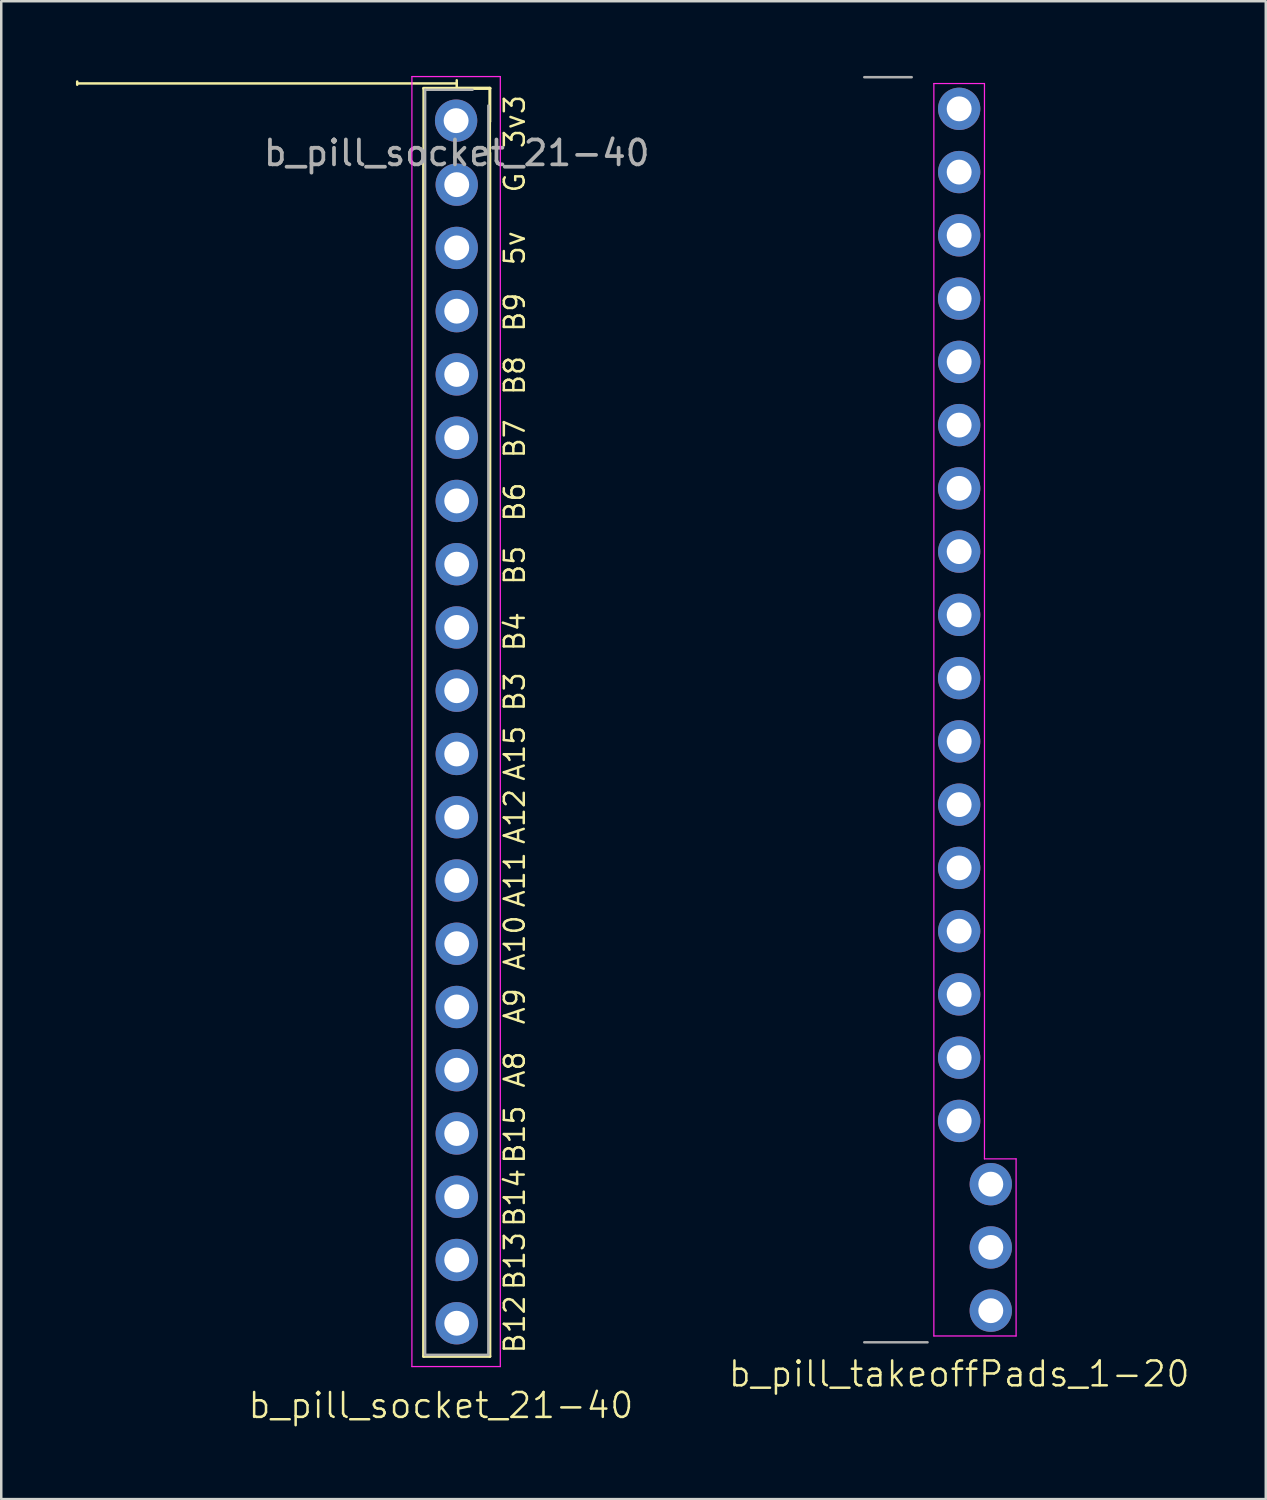
<source format=kicad_pcb>
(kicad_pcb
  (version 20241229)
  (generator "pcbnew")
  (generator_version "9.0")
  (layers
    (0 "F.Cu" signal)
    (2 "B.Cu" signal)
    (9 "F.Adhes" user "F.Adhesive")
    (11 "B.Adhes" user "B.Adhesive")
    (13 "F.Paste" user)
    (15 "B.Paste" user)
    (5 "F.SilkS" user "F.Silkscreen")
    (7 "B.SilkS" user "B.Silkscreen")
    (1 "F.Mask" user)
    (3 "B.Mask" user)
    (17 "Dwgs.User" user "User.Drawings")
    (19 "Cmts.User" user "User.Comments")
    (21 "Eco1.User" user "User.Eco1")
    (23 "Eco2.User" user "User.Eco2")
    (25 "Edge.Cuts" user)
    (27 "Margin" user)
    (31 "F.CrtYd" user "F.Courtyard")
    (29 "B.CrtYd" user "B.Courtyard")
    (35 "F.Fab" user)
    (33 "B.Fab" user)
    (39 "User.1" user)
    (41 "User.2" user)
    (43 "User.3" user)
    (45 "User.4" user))
  (footprint "b_pill_socket_21-40"
    (layer "F.Cu")
    (at 15.29 25.955)
    (property "Reference" "b_pill_socket_21-40" (at -0.635 27.432 0) (unlocked yes) (layer "F.SilkS") (effects (font (size 1 1) (thickness 0.1))))
    (attr through_hole)
    (fp_line (start -15.24 -25.73) (end -15.24 -25.603) (stroke (width 0.1) (type default)) (layer "F.SilkS"))
    (fp_line (start -1.33 -25.46) (end -1.33 -22.86) (stroke (width 0.1) (type default)) (layer "F.SilkS"))
    (fp_line (start -1.33 -25.46) (end 1.33 -25.46) (stroke (width 0.12) (type solid)) (layer "F.SilkS"))
    (fp_line (start -1.33 -22.86) (end -1.33 25.46) (stroke (width 0.12) (type solid)) (layer "F.SilkS"))
    (fp_line (start -1.33 25.46) (end 1.33 25.46) (stroke (width 0.12) (type solid)) (layer "F.SilkS"))
    (fp_line (start 0 -25.781) (end 0 -25.527) (stroke (width 0.1) (type default)) (layer "F.SilkS"))
    (fp_line (start 0 -25.654) (end -15.24 -25.654) (stroke (width 0.1) (type default)) (layer "F.SilkS"))
    (fp_line (start 0 -25.46) (end 1.33 -25.46) (stroke (width 0.12) (type solid)) (layer "F.SilkS"))
    (fp_line (start 1.33 -25.46) (end 1.33 -24.13) (stroke (width 0.12) (type solid)) (layer "F.SilkS"))
    (fp_line (start 1.33 -24.13) (end 1.33 -22.86) (stroke (width 0.1) (type default)) (layer "F.SilkS"))
    (fp_line (start 1.33 -22.86) (end 1.33 25.46) (stroke (width 0.12) (type solid)) (layer "F.SilkS"))
    (fp_line (start -1.8 -25.93) (end 1.75 -25.93) (stroke (width 0.05) (type solid)) (layer "F.CrtYd"))
    (fp_line (start -1.8 25.87) (end -1.8 -25.93) (stroke (width 0.05) (type solid)) (layer "F.CrtYd"))
    (fp_line (start 1.75 -25.93) (end 1.75 25.87) (stroke (width 0.05) (type solid)) (layer "F.CrtYd"))
    (fp_line (start 1.75 25.87) (end -1.8 25.87) (stroke (width 0.05) (type solid)) (layer "F.CrtYd"))
    (fp_line (start -1.27 -25.4) (end 0.635 -25.4) (stroke (width 0.1) (type solid)) (layer "F.Fab"))
    (fp_line (start -1.27 25.4) (end -1.27 -25.4) (stroke (width 0.1) (type solid)) (layer "F.Fab"))
    (fp_line (start 1.27 -24.765) (end 1.27 25.4) (stroke (width 0.1) (type solid)) (layer "F.Fab"))
    (fp_line (start 1.27 25.4) (end -1.27 25.4) (stroke (width 0.1) (type solid)) (layer "F.Fab"))
    (fp_text user "B14" (at 2.794 20.32 90) (unlocked yes) (layer "F.SilkS") (effects (font (size 0.8 0.8) (thickness 0.1)) (justify left bottom)))
    (fp_text user "B9" (at 2.794 -15.621 90) (unlocked yes) (layer "F.SilkS") (effects (font (size 0.8 0.8) (thickness 0.1)) (justify left bottom)))
    (fp_text user "B15" (at 2.794 17.78 90) (unlocked yes) (layer "F.SilkS") (effects (font (size 0.8 0.8) (thickness 0.1)) (justify left bottom)))
    (fp_text user "A10" (at 2.794 10.033 90) (unlocked yes) (layer "F.SilkS") (effects (font (size 0.8 0.8) (thickness 0.1)) (justify left bottom)))
    (fp_text user "A11" (at 2.794 7.493 90) (unlocked yes) (layer "F.SilkS") (effects (font (size 0.8 0.8) (thickness 0.1)) (justify left bottom)))
    (fp_text user "B13" (at 2.794 22.86 90) (unlocked yes) (layer "F.SilkS") (effects (font (size 0.8 0.8) (thickness 0.1)) (justify left bottom)))
    (fp_text user "B12" (at 2.794 25.4 90) (unlocked yes) (layer "F.SilkS") (effects (font (size 0.8 0.8) (thickness 0.1)) (justify left bottom)))
    (fp_text user "A9" (at 2.794 12.192 90) (unlocked yes) (layer "F.SilkS") (effects (font (size 0.8 0.8) (thickness 0.1)) (justify left bottom)))
    (fp_text user "A12" (at 2.794 4.953 90) (unlocked yes) (layer "F.SilkS") (effects (font (size 0.8 0.8) (thickness 0.1)) (justify left bottom)))
    (fp_text user "B4" (at 2.794 -2.794 90) (unlocked yes) (layer "F.SilkS") (effects (font (size 0.8 0.8) (thickness 0.1)) (justify left bottom)))
    (fp_text user "5v" (at 2.794 -18.288 90) (unlocked yes) (layer "F.SilkS") (effects (font (size 0.8 0.8) (thickness 0.1)) (justify left bottom)))
    (fp_text user "A8" (at 2.794 14.732 90) (unlocked yes) (layer "F.SilkS") (effects (font (size 0.8 0.8) (thickness 0.1)) (justify left bottom)))
    (fp_text user "G" (at 2.794 -21.209 90) (unlocked yes) (layer "F.SilkS") (effects (font (size 0.8 0.8) (thickness 0.1)) (justify left bottom)))
    (fp_text user "B8" (at 2.794 -13.081 90) (unlocked yes) (layer "F.SilkS") (effects (font (size 0.8 0.8) (thickness 0.1)) (justify left bottom)))
    (fp_text user "B6" (at 2.794 -8.001 90) (unlocked yes) (layer "F.SilkS") (effects (font (size 0.8 0.8) (thickness 0.1)) (justify left bottom)))
    (fp_text user "3v3" (at 2.794 -22.987 90) (unlocked yes) (layer "F.SilkS") (effects (font (size 0.8 0.8) (thickness 0.1)) (justify left bottom)))
    (fp_text user "B7" (at 2.794 -10.541 90) (unlocked yes) (layer "F.SilkS") (effects (font (size 0.8 0.8) (thickness 0.1)) (justify left bottom)))
    (fp_text user "B3" (at 2.794 -0.381 90) (unlocked yes) (layer "F.SilkS") (effects (font (size 0.8 0.8) (thickness 0.1)) (justify left bottom)))
    (fp_text user "B5" (at 2.794 -5.461 90) (unlocked yes) (layer "F.SilkS") (effects (font (size 0.8 0.8) (thickness 0.1)) (justify left bottom)))
    (fp_text user "A15" (at 2.794 2.413 90) (unlocked yes) (layer "F.SilkS") (effects (font (size 0.8 0.8) (thickness 0.1)) (justify left bottom)))
    (fp_text user "${REFERENCE}" (at 0 -22.86 0) (unlocked yes) (layer "F.Fab") (effects (font (size 1 1) (thickness 0.15))))
    (pad "21" thru_hole oval (at 0 24.13) (size 1.7 1.7) (drill 1) (layers "*.Cu" "*.Mask"))
    (pad "22" thru_hole oval (at 0 21.59) (size 1.7 1.7) (drill 1) (layers "*.Cu" "*.Mask"))
    (pad "23" thru_hole oval (at 0 19.05) (size 1.7 1.7) (drill 1) (layers "*.Cu" "*.Mask"))
    (pad "24" thru_hole oval (at 0 16.51) (size 1.7 1.7) (drill 1) (layers "*.Cu" "*.Mask"))
    (pad "25" thru_hole oval (at 0 13.97) (size 1.7 1.7) (drill 1) (layers "*.Cu" "*.Mask"))
    (pad "26" thru_hole oval (at 0 11.43) (size 1.7 1.7) (drill 1) (layers "*.Cu" "*.Mask"))
    (pad "27" thru_hole oval (at 0 8.89) (size 1.7 1.7) (drill 1) (layers "*.Cu" "*.Mask"))
    (pad "28" thru_hole oval (at 0 6.35) (size 1.7 1.7) (drill 1) (layers "*.Cu" "*.Mask"))
    (pad "29" thru_hole oval (at 0 3.81) (size 1.7 1.7) (drill 1) (layers "*.Cu" "*.Mask"))
    (pad "30" thru_hole oval (at 0 1.27) (size 1.7 1.7) (drill 1) (layers "*.Cu" "*.Mask"))
    (pad "31" thru_hole oval (at 0 -1.27) (size 1.7 1.7) (drill 1) (layers "*.Cu" "*.Mask"))
    (pad "32" thru_hole oval (at 0 -3.81) (size 1.7 1.7) (drill 1) (layers "*.Cu" "*.Mask"))
    (pad "33" thru_hole oval (at 0 -6.35) (size 1.7 1.7) (drill 1) (layers "*.Cu" "*.Mask"))
    (pad "34" thru_hole oval (at 0 -8.89) (size 1.7 1.7) (drill 1) (layers "*.Cu" "*.Mask"))
    (pad "35" thru_hole oval (at 0 -11.43) (size 1.7 1.7) (drill 1) (layers "*.Cu" "*.Mask"))
    (pad "36" thru_hole oval (at 0 -13.97) (size 1.7 1.7) (drill 1) (layers "*.Cu" "*.Mask"))
    (pad "37" thru_hole oval (at 0 -16.51) (size 1.7 1.7) (drill 1) (layers "*.Cu" "*.Mask"))
    (pad "38" thru_hole oval (at 0 -19.05) (size 1.7 1.7) (drill 1) (layers "*.Cu" "*.Mask"))
    (pad "39" thru_hole oval (at 0 -21.59) (size 1.7 1.7) (drill 1) (layers "*.Cu" "*.Mask"))
    (pad "40" thru_hole oval (at -0.025 -24.16) (size 1.7 1.7) (drill 1) (layers "*.Cu" "*.Mask")))
  (footprint "b_pill_takeoffPads_1-20"
    (layer "F.Cu")
    (at 40.545 25.45)
    (property "Reference" "b_pill_takeoffPads_1-20" (at -5.08 26.67 0) (unlocked yes) (layer "F.SilkS") (effects (font (size 1 1) (thickness 0.1))))
    (attr through_hole)
    (fp_line (start -6.096 -25.146) (end -6.096 25.146) (stroke (width 0.05) (type default)) (layer "F.CrtYd"))
    (fp_line (start -6.096 25.146) (end -2.794 25.146) (stroke (width 0.05) (type default)) (layer "F.CrtYd"))
    (fp_line (start -4.064 -25.146) (end -6.096 -25.146) (stroke (width 0.05) (type default)) (layer "F.CrtYd"))
    (fp_line (start -4.064 18.034) (end -4.064 -25.146) (stroke (width 0.05) (type default)) (layer "F.CrtYd"))
    (fp_line (start -2.794 18.034) (end -4.064 18.034) (stroke (width 0.05) (type default)) (layer "F.CrtYd"))
    (fp_line (start -2.794 25.146) (end -2.794 18.034) (stroke (width 0.05) (type default)) (layer "F.CrtYd"))
    (fp_line (start -8.89 -25.4) (end -6.985 -25.4) (stroke (width 0.1) (type solid)) (layer "F.Fab"))
    (fp_line (start -6.35 25.4) (end -8.89 25.4) (stroke (width 0.1) (type solid)) (layer "F.Fab"))
    (pad "1" thru_hole oval (at -5.08 -24.13) (size 1.7 1.7) (drill 1) (layers "*.Cu"))
    (pad "2" thru_hole oval (at -5.08 -21.59) (size 1.7 1.7) (drill 1) (layers "*.Cu"))
    (pad "3" thru_hole oval (at -5.08 -19.05) (size 1.7 1.7) (drill 1) (layers "*.Cu"))
    (pad "4" thru_hole oval (at -5.08 -16.51) (size 1.7 1.7) (drill 1) (layers "*.Cu"))
    (pad "5" thru_hole oval (at -5.08 -13.97) (size 1.7 1.7) (drill 1) (layers "*.Cu"))
    (pad "6" thru_hole oval (at -5.08 -11.43) (size 1.7 1.7) (drill 1) (layers "*.Cu"))
    (pad "7" thru_hole oval (at -5.08 -8.89) (size 1.7 1.7) (drill 1) (layers "*.Cu"))
    (pad "8" thru_hole oval (at -5.08 -6.35) (size 1.7 1.7) (drill 1) (layers "*.Cu"))
    (pad "9" thru_hole oval (at -5.08 -3.81) (size 1.7 1.7) (drill 1) (layers "*.Cu"))
    (pad "10" thru_hole oval (at -5.08 -1.27) (size 1.7 1.7) (drill 1) (layers "*.Cu"))
    (pad "11" thru_hole oval (at -5.08 1.27) (size 1.7 1.7) (drill 1) (layers "*.Cu"))
    (pad "12" thru_hole oval (at -5.08 3.81) (size 1.7 1.7) (drill 1) (layers "*.Cu"))
    (pad "13" thru_hole oval (at -5.08 6.35) (size 1.7 1.7) (drill 1) (layers "*.Cu"))
    (pad "14" thru_hole oval (at -5.08 8.89) (size 1.7 1.7) (drill 1) (layers "*.Cu"))
    (pad "15" thru_hole oval (at -5.08 11.43) (size 1.7 1.7) (drill 1) (layers "*.Cu"))
    (pad "16" thru_hole oval (at -5.08 13.97) (size 1.7 1.7) (drill 1) (layers "*.Cu"))
    (pad "17" thru_hole oval (at -5.08 16.51) (size 1.7 1.7) (drill 1) (layers "*.Cu"))
    (pad "18" thru_hole oval (at -3.81 19.05) (size 1.7 1.7) (drill 1) (layers "*.Cu"))
    (pad "19" thru_hole oval (at -3.81 21.59) (size 1.7 1.7) (drill 1) (layers "*.Cu"))
    (pad "20" thru_hole oval (at -3.81 24.13) (size 1.7 1.7) (drill 1) (layers "*.Cu")))
  (gr_rect
    (start -3 -3)
    (end 47.777 57.148)
    (stroke (width 0.1) (type default))
    (fill no)
    (layer "Edge.Cuts")))
</source>
